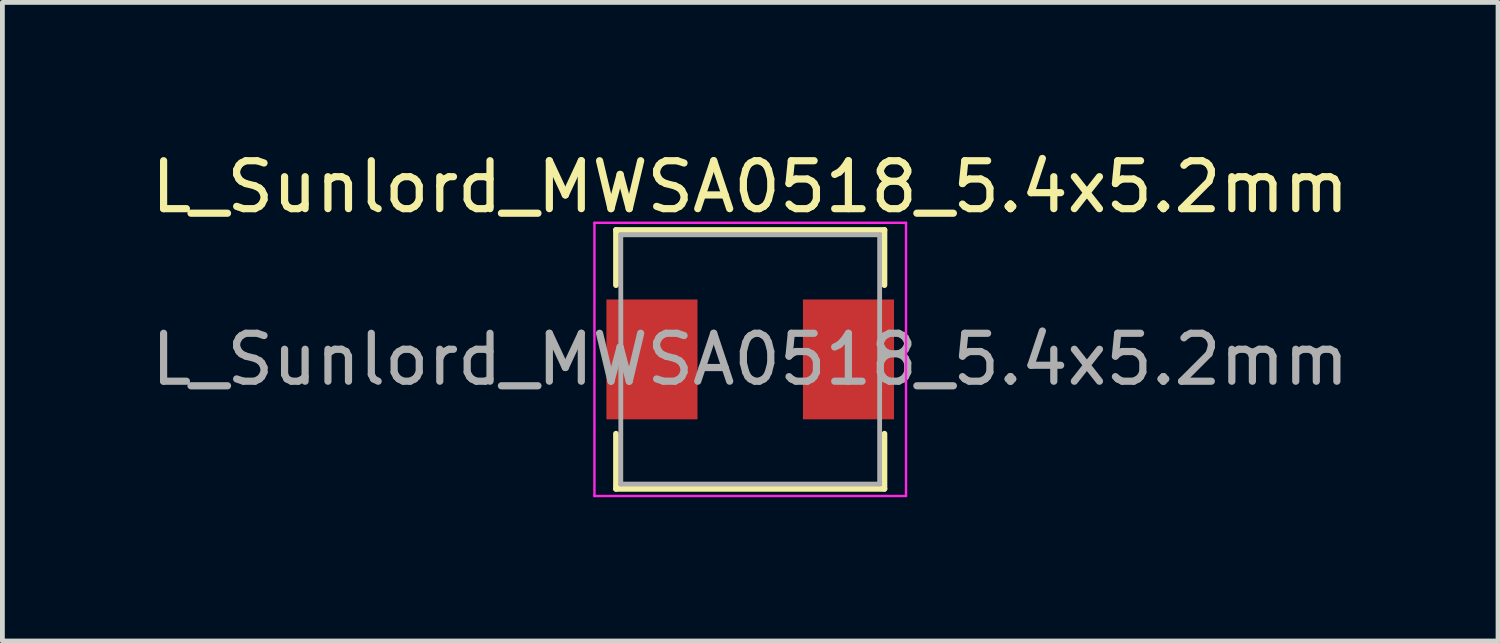
<source format=kicad_pcb>
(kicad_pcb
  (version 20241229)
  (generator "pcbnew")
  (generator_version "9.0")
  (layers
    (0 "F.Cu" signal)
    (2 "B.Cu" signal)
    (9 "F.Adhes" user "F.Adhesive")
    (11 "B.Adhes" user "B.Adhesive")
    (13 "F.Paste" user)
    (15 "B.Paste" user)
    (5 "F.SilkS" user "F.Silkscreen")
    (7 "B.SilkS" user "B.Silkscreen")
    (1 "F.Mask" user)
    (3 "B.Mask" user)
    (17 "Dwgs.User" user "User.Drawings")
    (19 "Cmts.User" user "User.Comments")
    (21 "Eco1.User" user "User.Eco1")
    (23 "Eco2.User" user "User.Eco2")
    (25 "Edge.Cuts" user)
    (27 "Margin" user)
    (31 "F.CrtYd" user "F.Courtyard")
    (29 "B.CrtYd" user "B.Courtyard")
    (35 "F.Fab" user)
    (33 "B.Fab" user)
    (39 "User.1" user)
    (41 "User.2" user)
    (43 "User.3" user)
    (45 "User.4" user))
  (footprint "L_Sunlord_MWSA0518_5.4x5.2mm"
    (layer "F.Cu")
    (at 12.601 4.448)
    (property "Reference" "L_Sunlord_MWSA0518_5.4x5.2mm" (at 0 -3.6 0) (layer "F.SilkS") (effects (font (size 1 1) (thickness 0.15))))
    (attr smd)
    (fp_line (start -2.8 -2.7) (end -2.8 -1.55) (stroke (width 0.12) (type solid)) (layer "F.SilkS"))
    (fp_line (start -2.8 -2.7) (end 2.8 -2.7) (stroke (width 0.12) (type solid)) (layer "F.SilkS"))
    (fp_line (start -2.8 2.7) (end -2.8 1.55) (stroke (width 0.12) (type solid)) (layer "F.SilkS"))
    (fp_line (start -2.8 2.7) (end 2.8 2.7) (stroke (width 0.12) (type solid)) (layer "F.SilkS"))
    (fp_line (start 2.8 -2.7) (end 2.8 -1.55) (stroke (width 0.12) (type solid)) (layer "F.SilkS"))
    (fp_line (start 2.8 2.7) (end 2.8 1.55) (stroke (width 0.12) (type solid)) (layer "F.SilkS"))
    (fp_line (start -3.25 -2.85) (end 3.25 -2.85) (stroke (width 0.05) (type solid)) (layer "F.CrtYd"))
    (fp_line (start -3.25 2.85) (end -3.25 -2.85) (stroke (width 0.05) (type solid)) (layer "F.CrtYd"))
    (fp_line (start 3.25 -2.85) (end 3.25 2.85) (stroke (width 0.05) (type solid)) (layer "F.CrtYd"))
    (fp_line (start 3.25 2.85) (end -3.25 2.85) (stroke (width 0.05) (type solid)) (layer "F.CrtYd"))
    (fp_line (start -2.7 -2.6) (end 2.7 -2.6) (stroke (width 0.1) (type solid)) (layer "F.Fab"))
    (fp_line (start -2.7 2.6) (end -2.7 -2.6) (stroke (width 0.1) (type solid)) (layer "F.Fab"))
    (fp_line (start 2.7 -2.6) (end 2.7 2.6) (stroke (width 0.1) (type solid)) (layer "F.Fab"))
    (fp_line (start 2.7 2.6) (end -2.7 2.6) (stroke (width 0.1) (type solid)) (layer "F.Fab"))
    (fp_text user "${REFERENCE}" (at 0 0 0) (layer "F.Fab") (effects (font (size 1 1) (thickness 0.15))))
    (pad "1" smd rect (at -2.05 0) (size 1.9 2.5) (layers "F.Cu" "F.Mask" "F.Paste"))
    (pad "2" smd rect (at 2.05 0) (size 1.9 2.5) (layers "F.Cu" "F.Mask" "F.Paste")))
  (gr_rect
    (start -3 -3)
    (end 28.202 10.323)
    (stroke (width 0.1) (type default))
    (fill no)
    (layer "Edge.Cuts")))
</source>
